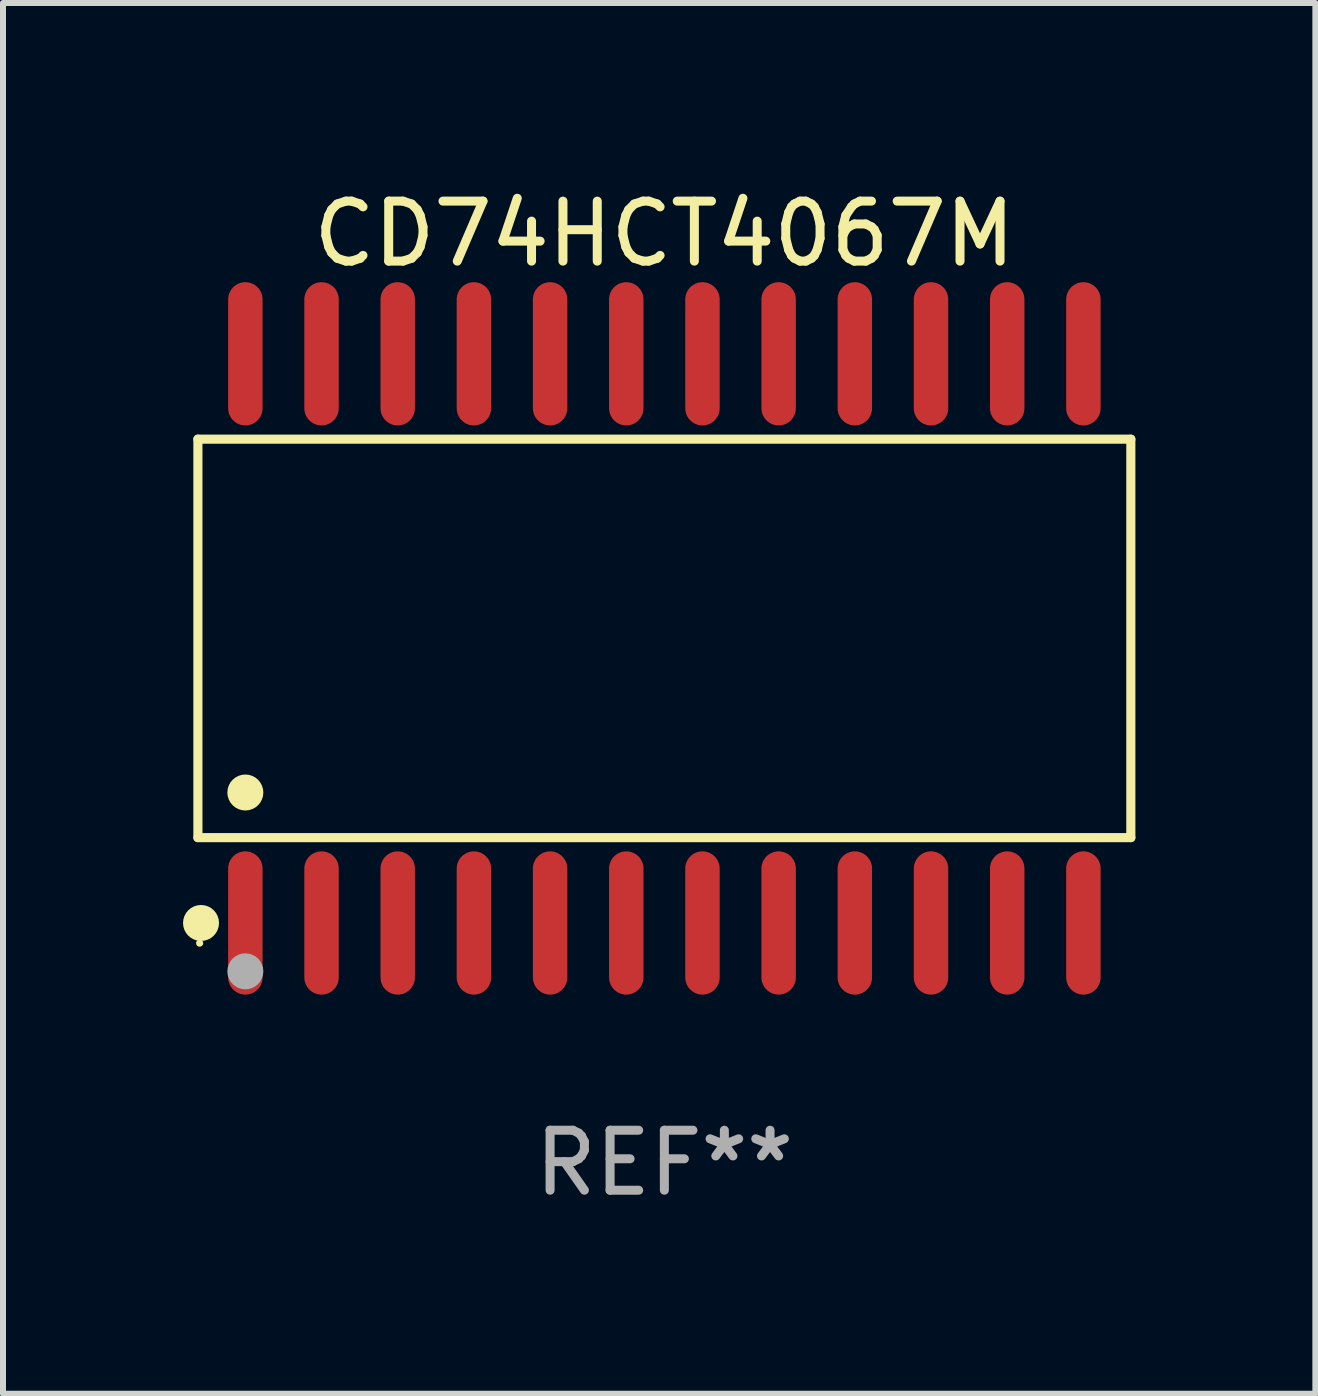
<source format=kicad_pcb>
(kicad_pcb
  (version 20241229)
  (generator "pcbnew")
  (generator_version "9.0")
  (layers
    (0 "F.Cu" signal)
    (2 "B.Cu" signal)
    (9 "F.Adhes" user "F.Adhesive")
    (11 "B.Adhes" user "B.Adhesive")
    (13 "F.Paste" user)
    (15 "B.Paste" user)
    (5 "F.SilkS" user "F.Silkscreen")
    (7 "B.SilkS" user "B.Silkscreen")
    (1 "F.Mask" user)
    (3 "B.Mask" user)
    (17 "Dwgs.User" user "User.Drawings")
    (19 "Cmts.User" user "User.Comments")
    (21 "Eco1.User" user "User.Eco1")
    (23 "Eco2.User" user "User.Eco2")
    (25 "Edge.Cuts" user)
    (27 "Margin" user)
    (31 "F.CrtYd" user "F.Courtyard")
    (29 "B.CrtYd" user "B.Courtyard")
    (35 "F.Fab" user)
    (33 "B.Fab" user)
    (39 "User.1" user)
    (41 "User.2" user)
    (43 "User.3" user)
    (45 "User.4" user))
  (footprint "CD74HCT4067M"
    (layer "F.Cu")
    (at 8.025 7.592)
    (property "Reference" "CD74HCT4067M" (at 0 -6.744 0) (layer "F.SilkS") (effects (font (size 1 1) (thickness 0.15))))
    (attr through_hole)
    (fp_line (start -7.776 -3.321) (end 7.776 -3.321) (stroke (width 0.152) (type solid)) (layer "F.SilkS"))
    (fp_line (start -7.776 3.321) (end -7.776 -3.321) (stroke (width 0.152) (type solid)) (layer "F.SilkS"))
    (fp_line (start 7.776 -3.321) (end 7.776 3.321) (stroke (width 0.152) (type solid)) (layer "F.SilkS"))
    (fp_line (start 7.776 3.321) (end -7.776 3.321) (stroke (width 0.152) (type solid)) (layer "F.SilkS"))
    (fp_circle (center -7.747 5.08) (end -7.717 5.08) (stroke (width 0.06) (type solid)) (fill no) (layer "F.SilkS"))
    (fp_circle (center -7.724 4.744) (end -7.574 4.744) (stroke (width 0.3) (type solid)) (fill no) (layer "F.SilkS"))
    (fp_circle (center -6.985 2.569) (end -6.835 2.569) (stroke (width 0.3) (type solid)) (fill no) (layer "F.SilkS"))
    (fp_circle (center -6.985 5.55) (end -6.835 5.55) (stroke (width 0.3) (type solid)) (fill no) (layer "F.Fab"))
    (fp_text user "REF**" (at 0 8.744 0) (layer "F.Fab") (effects (font (size 1 1) (thickness 0.15))))
    (pad "1" smd oval (at -6.985 4.744) (size 0.574 2.388) (layers "F.Cu" "F.Mask" "F.Paste"))
    (pad "2" smd oval (at -5.715 4.744) (size 0.574 2.388) (layers "F.Cu" "F.Mask" "F.Paste"))
    (pad "3" smd oval (at -4.445 4.744) (size 0.574 2.388) (layers "F.Cu" "F.Mask" "F.Paste"))
    (pad "4" smd oval (at -3.175 4.744) (size 0.574 2.388) (layers "F.Cu" "F.Mask" "F.Paste"))
    (pad "5" smd oval (at -1.905 4.744) (size 0.574 2.388) (layers "F.Cu" "F.Mask" "F.Paste"))
    (pad "6" smd oval (at -0.635 4.744) (size 0.574 2.388) (layers "F.Cu" "F.Mask" "F.Paste"))
    (pad "7" smd oval (at 0.635 4.744) (size 0.574 2.388) (layers "F.Cu" "F.Mask" "F.Paste"))
    (pad "8" smd oval (at 1.905 4.744) (size 0.574 2.388) (layers "F.Cu" "F.Mask" "F.Paste"))
    (pad "9" smd oval (at 3.175 4.744) (size 0.574 2.388) (layers "F.Cu" "F.Mask" "F.Paste"))
    (pad "10" smd oval (at 4.445 4.744) (size 0.574 2.388) (layers "F.Cu" "F.Mask" "F.Paste"))
    (pad "11" smd oval (at 5.715 4.744) (size 0.574 2.388) (layers "F.Cu" "F.Mask" "F.Paste"))
    (pad "12" smd oval (at 6.985 4.744) (size 0.574 2.388) (layers "F.Cu" "F.Mask" "F.Paste"))
    (pad "13" smd oval (at 6.985 -4.744) (size 0.574 2.388) (layers "F.Cu" "F.Mask" "F.Paste"))
    (pad "14" smd oval (at 5.715 -4.744) (size 0.574 2.388) (layers "F.Cu" "F.Mask" "F.Paste"))
    (pad "15" smd oval (at 4.445 -4.744) (size 0.574 2.388) (layers "F.Cu" "F.Mask" "F.Paste"))
    (pad "16" smd oval (at 3.175 -4.744) (size 0.574 2.388) (layers "F.Cu" "F.Mask" "F.Paste"))
    (pad "17" smd oval (at 1.905 -4.744) (size 0.574 2.388) (layers "F.Cu" "F.Mask" "F.Paste"))
    (pad "18" smd oval (at 0.635 -4.744) (size 0.574 2.388) (layers "F.Cu" "F.Mask" "F.Paste"))
    (pad "19" smd oval (at -0.635 -4.744) (size 0.574 2.388) (layers "F.Cu" "F.Mask" "F.Paste"))
    (pad "20" smd oval (at -1.905 -4.744) (size 0.574 2.388) (layers "F.Cu" "F.Mask" "F.Paste"))
    (pad "21" smd oval (at -3.175 -4.744) (size 0.574 2.388) (layers "F.Cu" "F.Mask" "F.Paste"))
    (pad "22" smd oval (at -4.445 -4.744) (size 0.574 2.388) (layers "F.Cu" "F.Mask" "F.Paste"))
    (pad "23" smd oval (at -5.715 -4.744) (size 0.574 2.388) (layers "F.Cu" "F.Mask" "F.Paste"))
    (pad "24" smd oval (at -6.985 -4.744) (size 0.574 2.388) (layers "F.Cu" "F.Mask" "F.Paste")))
  (gr_rect
    (start -3 -3)
    (end 18.877 20.184)
    (stroke (width 0.1) (type default))
    (fill no)
    (layer "Edge.Cuts")))
</source>
